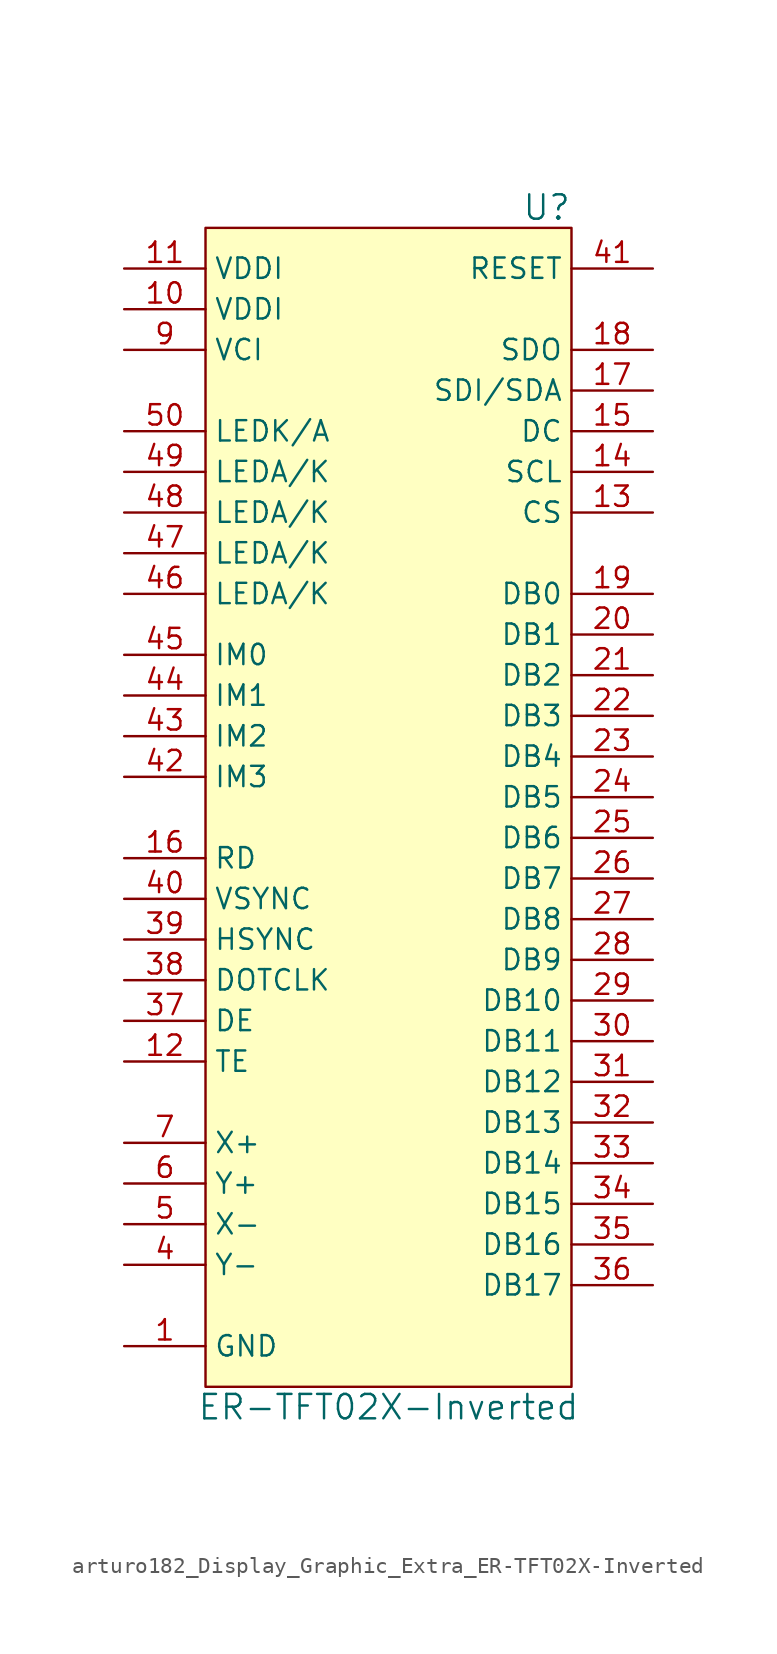
<source format=kicad_sym>
(kicad_symbol_lib
  (version 20220914)
  (generator kicad_symbol_editor)
  (symbol "arturo182_Display_Graphic_Extra_ER-TFT02X-Inverted"
    (property "Reference" "U"
      (at 11.43 36.83 0)
      (effects (font (size 1.524 1.524)) (justify right)))
    (property "Value" "ER-TFT02X-Inverted"
      (at 0 -38.1 0)
      (effects (font (size 1.524 1.524))))
    (symbol "arturo182_Display_Graphic_Extra_ER-TFT02X-Inverted_0_1"
      (rectangle (start -11.43 35.56) (end 11.43 -36.83) (stroke (width 0) (type default)) (fill (type background))))
    (symbol "arturo182_Display_Graphic_Extra_ER-TFT02X-Inverted_1_1"
      (pin power_in line (at -16.51 -34.29 0) (length 5.08) (name "GND" (effects (font (size 1.27 1.27)))) (number "1" (effects (font (size 1.27 1.27)))))
      (pin power_in line (at -16.51 30.48 0) (length 5.08) (name "VDDI" (effects (font (size 1.27 1.27)))) (number "10" (effects (font (size 1.27 1.27)))))
      (pin power_in line (at -16.51 33.02 0) (length 5.08) (name "VDDI" (effects (font (size 1.27 1.27)))) (number "11" (effects (font (size 1.27 1.27)))))
      (pin input line (at -16.51 -16.51 0) (length 5.08) (name "TE" (effects (font (size 1.27 1.27)))) (number "12" (effects (font (size 1.27 1.27)))))
      (pin input line (at 16.51 17.78 180) (length 5.08) (name "CS" (effects (font (size 1.27 1.27)))) (number "13" (effects (font (size 1.27 1.27)))))
      (pin input line (at 16.51 20.32 180) (length 5.08) (name "SCL" (effects (font (size 1.27 1.27)))) (number "14" (effects (font (size 1.27 1.27)))))
      (pin input line (at 16.51 22.86 180) (length 5.08) (name "DC" (effects (font (size 1.27 1.27)))) (number "15" (effects (font (size 1.27 1.27)))))
      (pin input line (at -16.51 -3.81 0) (length 5.08) (name "RD" (effects (font (size 1.27 1.27)))) (number "16" (effects (font (size 1.27 1.27)))))
      (pin input line (at 16.51 25.4 180) (length 5.08) (name "SDI/SDA" (effects (font (size 1.27 1.27)))) (number "17" (effects (font (size 1.27 1.27)))))
      (pin output line (at 16.51 27.94 180) (length 5.08) (name "SDO" (effects (font (size 1.27 1.27)))) (number "18" (effects (font (size 1.27 1.27)))))
      (pin input line (at 16.51 12.7 180) (length 5.08) (name "DB0" (effects (font (size 1.27 1.27)))) (number "19" (effects (font (size 1.27 1.27)))))
      (pin passive line (at -16.51 -34.29 0) (length 5.08) hide (name "GND" (effects (font (size 1.27 1.27)))) (number "2" (effects (font (size 1.27 1.27)))))
      (pin input line (at 16.51 10.16 180) (length 5.08) (name "DB1" (effects (font (size 1.27 1.27)))) (number "20" (effects (font (size 1.27 1.27)))))
      (pin input line (at 16.51 7.62 180) (length 5.08) (name "DB2" (effects (font (size 1.27 1.27)))) (number "21" (effects (font (size 1.27 1.27)))))
      (pin input line (at 16.51 5.08 180) (length 5.08) (name "DB3" (effects (font (size 1.27 1.27)))) (number "22" (effects (font (size 1.27 1.27)))))
      (pin input line (at 16.51 2.54 180) (length 5.08) (name "DB4" (effects (font (size 1.27 1.27)))) (number "23" (effects (font (size 1.27 1.27)))))
      (pin input line (at 16.51 0 180) (length 5.08) (name "DB5" (effects (font (size 1.27 1.27)))) (number "24" (effects (font (size 1.27 1.27)))))
      (pin input line (at 16.51 -2.54 180) (length 5.08) (name "DB6" (effects (font (size 1.27 1.27)))) (number "25" (effects (font (size 1.27 1.27)))))
      (pin input line (at 16.51 -5.08 180) (length 5.08) (name "DB7" (effects (font (size 1.27 1.27)))) (number "26" (effects (font (size 1.27 1.27)))))
      (pin input line (at 16.51 -7.62 180) (length 5.08) (name "DB8" (effects (font (size 1.27 1.27)))) (number "27" (effects (font (size 1.27 1.27)))))
      (pin input line (at 16.51 -10.16 180) (length 5.08) (name "DB9" (effects (font (size 1.27 1.27)))) (number "28" (effects (font (size 1.27 1.27)))))
      (pin input line (at 16.51 -12.7 180) (length 5.08) (name "DB10" (effects (font (size 1.27 1.27)))) (number "29" (effects (font (size 1.27 1.27)))))
      (pin passive line (at -16.51 -34.29 0) (length 5.08) hide (name "GND" (effects (font (size 1.27 1.27)))) (number "3" (effects (font (size 1.27 1.27)))))
      (pin input line (at 16.51 -15.24 180) (length 5.08) (name "DB11" (effects (font (size 1.27 1.27)))) (number "30" (effects (font (size 1.27 1.27)))))
      (pin input line (at 16.51 -17.78 180) (length 5.08) (name "DB12" (effects (font (size 1.27 1.27)))) (number "31" (effects (font (size 1.27 1.27)))))
      (pin input line (at 16.51 -20.32 180) (length 5.08) (name "DB13" (effects (font (size 1.27 1.27)))) (number "32" (effects (font (size 1.27 1.27)))))
      (pin input line (at 16.51 -22.86 180) (length 5.08) (name "DB14" (effects (font (size 1.27 1.27)))) (number "33" (effects (font (size 1.27 1.27)))))
      (pin input line (at 16.51 -25.4 180) (length 5.08) (name "DB15" (effects (font (size 1.27 1.27)))) (number "34" (effects (font (size 1.27 1.27)))))
      (pin input line (at 16.51 -27.94 180) (length 5.08) (name "DB16" (effects (font (size 1.27 1.27)))) (number "35" (effects (font (size 1.27 1.27)))))
      (pin input line (at 16.51 -30.48 180) (length 5.08) (name "DB17" (effects (font (size 1.27 1.27)))) (number "36" (effects (font (size 1.27 1.27)))))
      (pin input line (at -16.51 -13.97 0) (length 5.08) (name "DE" (effects (font (size 1.27 1.27)))) (number "37" (effects (font (size 1.27 1.27)))))
      (pin input line (at -16.51 -11.43 0) (length 5.08) (name "DOTCLK" (effects (font (size 1.27 1.27)))) (number "38" (effects (font (size 1.27 1.27)))))
      (pin input line (at -16.51 -8.89 0) (length 5.08) (name "HSYNC" (effects (font (size 1.27 1.27)))) (number "39" (effects (font (size 1.27 1.27)))))
      (pin output line (at -16.51 -29.21 0) (length 5.08) (name "Y-" (effects (font (size 1.27 1.27)))) (number "4" (effects (font (size 1.27 1.27)))))
      (pin input line (at -16.51 -6.35 0) (length 5.08) (name "VSYNC" (effects (font (size 1.27 1.27)))) (number "40" (effects (font (size 1.27 1.27)))))
      (pin input line (at 16.51 33.02 180) (length 5.08) (name "RESET" (effects (font (size 1.27 1.27)))) (number "41" (effects (font (size 1.27 1.27)))))
      (pin input line (at -16.51 1.27 0) (length 5.08) (name "IM3" (effects (font (size 1.27 1.27)))) (number "42" (effects (font (size 1.27 1.27)))))
      (pin input line (at -16.51 3.81 0) (length 5.08) (name "IM2" (effects (font (size 1.27 1.27)))) (number "43" (effects (font (size 1.27 1.27)))))
      (pin input line (at -16.51 6.35 0) (length 5.08) (name "IM1" (effects (font (size 1.27 1.27)))) (number "44" (effects (font (size 1.27 1.27)))))
      (pin input line (at -16.51 8.89 0) (length 5.08) (name "IM0" (effects (font (size 1.27 1.27)))) (number "45" (effects (font (size 1.27 1.27)))))
      (pin input line (at -16.51 12.7 0) (length 5.08) (name "LEDA/K" (effects (font (size 1.27 1.27)))) (number "46" (effects (font (size 1.27 1.27)))))
      (pin input line (at -16.51 15.24 0) (length 5.08) (name "LEDA/K" (effects (font (size 1.27 1.27)))) (number "47" (effects (font (size 1.27 1.27)))))
      (pin input line (at -16.51 17.78 0) (length 5.08) (name "LEDA/K" (effects (font (size 1.27 1.27)))) (number "48" (effects (font (size 1.27 1.27)))))
      (pin input line (at -16.51 20.32 0) (length 5.08) (name "LEDA/K" (effects (font (size 1.27 1.27)))) (number "49" (effects (font (size 1.27 1.27)))))
      (pin output line (at -16.51 -26.67 0) (length 5.08) (name "X-" (effects (font (size 1.27 1.27)))) (number "5" (effects (font (size 1.27 1.27)))))
      (pin input line (at -16.51 22.86 0) (length 5.08) (name "LEDK/A" (effects (font (size 1.27 1.27)))) (number "50" (effects (font (size 1.27 1.27)))))
      (pin output line (at -16.51 -24.13 0) (length 5.08) (name "Y+" (effects (font (size 1.27 1.27)))) (number "6" (effects (font (size 1.27 1.27)))))
      (pin output line (at -16.51 -21.59 0) (length 5.08) (name "X+" (effects (font (size 1.27 1.27)))) (number "7" (effects (font (size 1.27 1.27)))))
      (pin passive line (at -16.51 -34.29 0) (length 5.08) hide (name "GND" (effects (font (size 1.27 1.27)))) (number "8" (effects (font (size 1.27 1.27)))))
      (pin power_in line (at -16.51 27.94 0) (length 5.08) (name "VCI" (effects (font (size 1.27 1.27)))) (number "9" (effects (font (size 1.27 1.27))))))))
</source>
